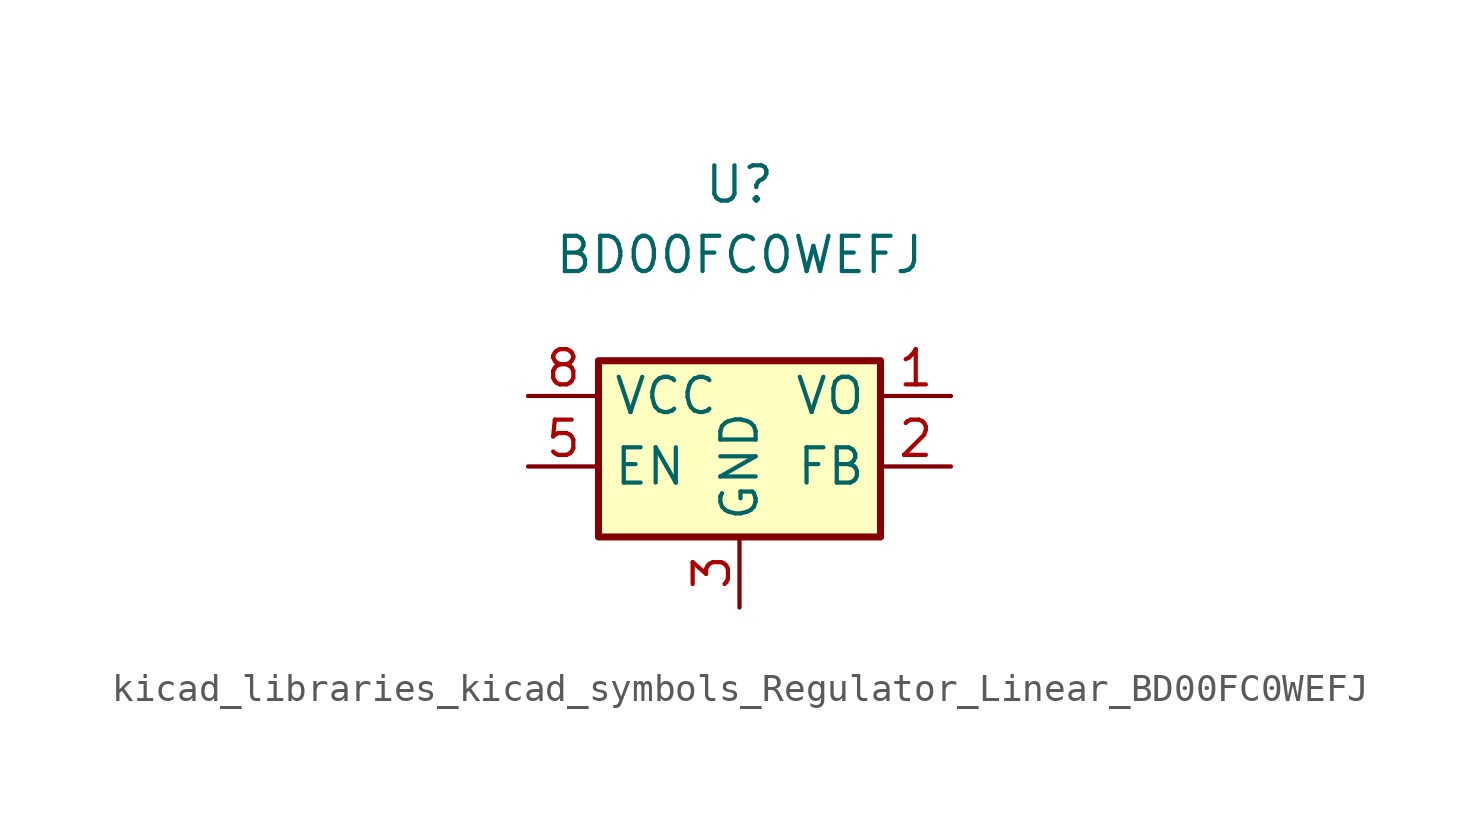
<source format=kicad_sym>
(kicad_symbol_lib
  (version 20220914)
  (generator kicad_symbol_editor)
  (symbol "kicad_libraries_kicad_symbols_Regulator_Linear_BD00FC0WEFJ"
    (property "Reference" "U"
      (at 0 7.62 0)
      (effects (font (size 1.27 1.27))))
    (property "Value" "BD00FC0WEFJ"
      (at 0 5.08 0)
      (effects (font (size 1.27 1.27))))
    (symbol "kicad_libraries_kicad_symbols_Regulator_Linear_BD00FC0WEFJ_0_1"
      (rectangle (start -5.08 -5.08) (end 5.08 1.27) (stroke (width 0.254) (type default)) (fill (type background))))
    (symbol "kicad_libraries_kicad_symbols_Regulator_Linear_BD00FC0WEFJ_1_1"
      (pin power_out line (at 7.62 0 180) (length 2.54) (name "VO" (effects (font (size 1.27 1.27)))) (number "1" (effects (font (size 1.27 1.27)))))
      (pin input line (at 7.62 -2.54 180) (length 2.54) (name "FB" (effects (font (size 1.27 1.27)))) (number "2" (effects (font (size 1.27 1.27)))))
      (pin power_in line (at 0 -7.62 90) (length 2.54) (name "GND" (effects (font (size 1.27 1.27)))) (number "3" (effects (font (size 1.27 1.27)))))
      (pin no_connect line (at -3.81 -5.08 90) (length 2.54) hide (name "NC" (effects (font (size 1.27 1.27)))) (number "4" (effects (font (size 1.27 1.27)))))
      (pin input line (at -7.62 -2.54 0) (length 2.54) (name "EN" (effects (font (size 1.27 1.27)))) (number "5" (effects (font (size 1.27 1.27)))))
      (pin no_connect line (at -2.54 -5.08 90) (length 2.54) hide (name "NC" (effects (font (size 1.27 1.27)))) (number "6" (effects (font (size 1.27 1.27)))))
      (pin no_connect line (at -1.27 -5.08 90) (length 2.54) hide (name "NC" (effects (font (size 1.27 1.27)))) (number "7" (effects (font (size 1.27 1.27)))))
      (pin power_in line (at -7.62 0 0) (length 2.54) (name "VCC" (effects (font (size 1.27 1.27)))) (number "8" (effects (font (size 1.27 1.27)))))
      (pin passive line (at 0 -7.62 90) (length 2.54) hide (name "GND" (effects (font (size 1.27 1.27)))) (number "9" (effects (font (size 1.27 1.27))))))))
</source>
